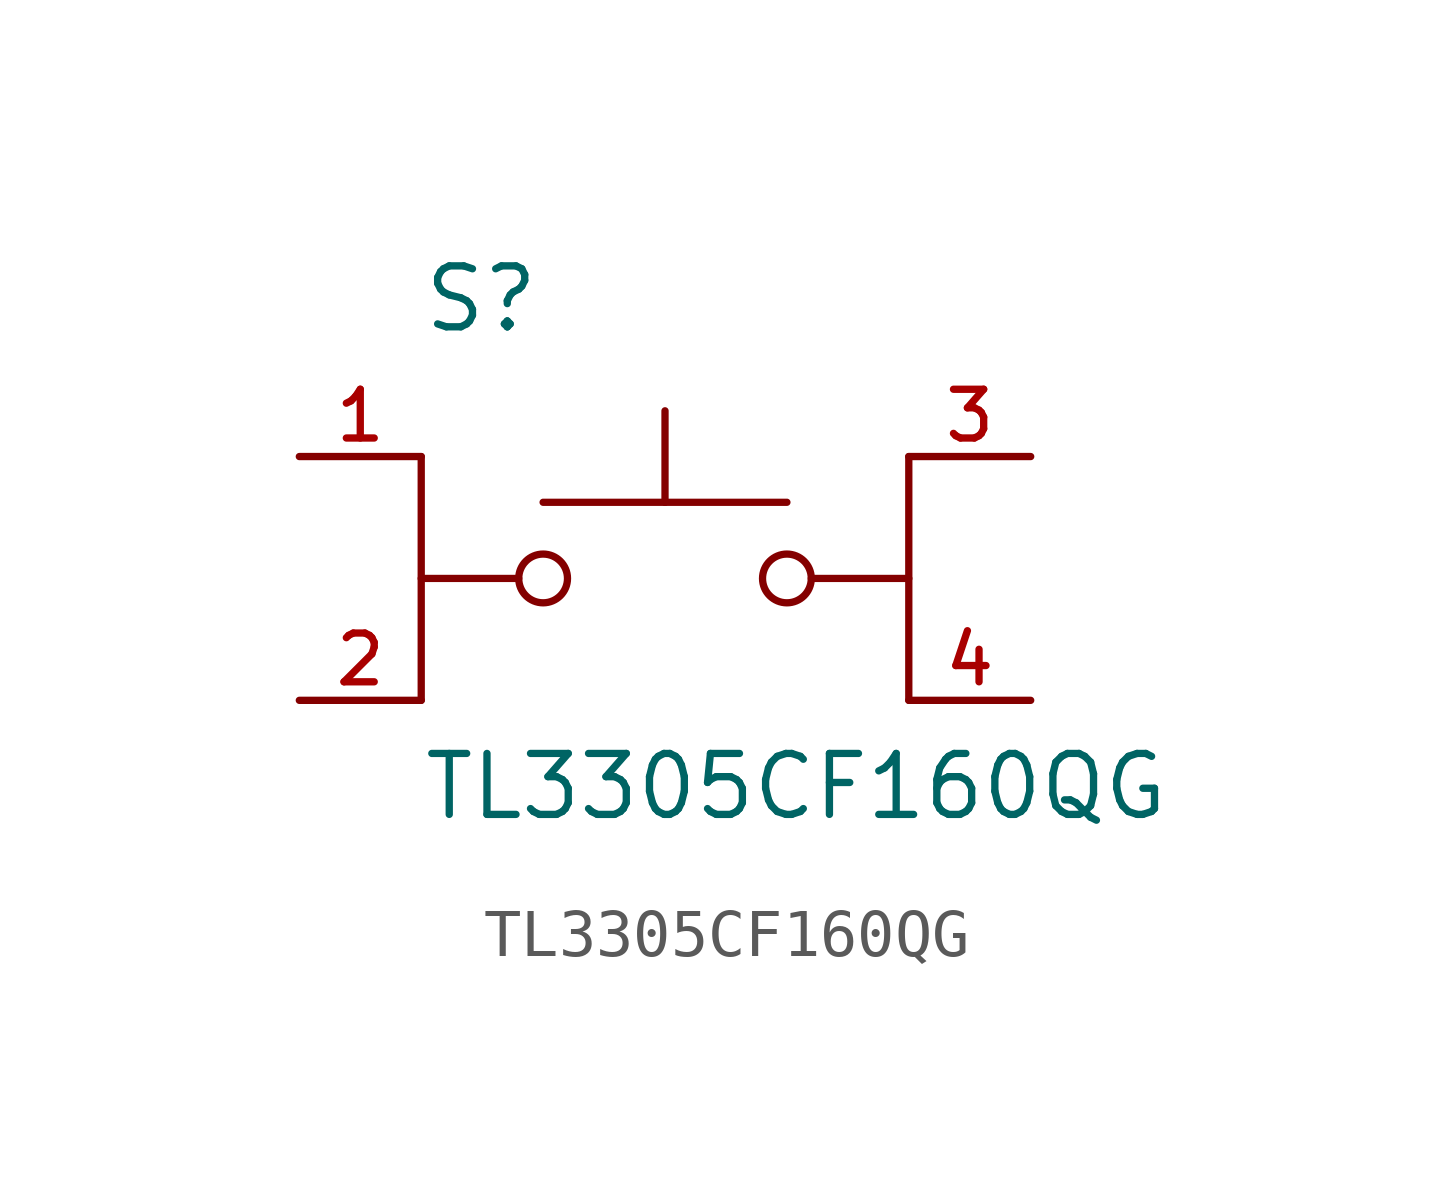
<source format=kicad_sym>
(kicad_symbol_lib
  (version 20211014)
  (generator kicad_symbol_editor)
  (symbol "TL3305CF160QG"
    (pin_names
      (offset 1.016))
    (property "Reference" "S"
      (at -5.08 5.08 0)
      (effects (font (size 1.27 1.27)) (justify bottom left)))
    (property "Value" "TL3305CF160QG"
      (at -5.08 -5.08 0)
      (effects (font (size 1.27 1.27)) (justify bottom left)))
    (symbol "TL3305CF160QG_0_0"
      (circle (center 2.54 0.0) (radius 0.508) (stroke (width 0.152)) (fill (type none)))
      (polyline (pts (xy 5.08 0.0) (xy 3.048 0.0)) (stroke (width 0.152)))
      (polyline (pts (xy -5.08 0.0) (xy -3.048 0.0)) (stroke (width 0.152)))
      (circle (center -2.54 0.0) (radius 0.508) (stroke (width 0.152)) (fill (type none)))
      (polyline (pts (xy -2.54 1.587) (xy 0.0 1.587)) (stroke (width 0.152)))
      (polyline (pts (xy 0.0 1.587) (xy 2.54 1.587)) (stroke (width 0.152)))
      (polyline (pts (xy 0.0 1.587) (xy 0.0 3.493)) (stroke (width 0.152)))
      (polyline (pts (xy -5.08 2.54) (xy -5.08 -2.54)) (stroke (width 0.152)))
      (polyline (pts (xy 5.08 2.54) (xy 5.08 -2.54)) (stroke (width 0.152)))
      (pin passive line (at -7.62 2.54 0) (length 2.54) (name "~" (effects (font (size 1.016 1.016)))) (number "1" (effects (font (size 1.016 1.016)))))
      (pin passive line (at -7.62 -2.54 0) (length 2.54) (name "~" (effects (font (size 1.016 1.016)))) (number "2" (effects (font (size 1.016 1.016)))))
      (pin passive line (at 7.62 2.54 180.0) (length 2.54) (name "~" (effects (font (size 1.016 1.016)))) (number "3" (effects (font (size 1.016 1.016)))))
      (pin passive line (at 7.62 -2.54 180.0) (length 2.54) (name "~" (effects (font (size 1.016 1.016)))) (number "4" (effects (font (size 1.016 1.016))))))))
</source>
